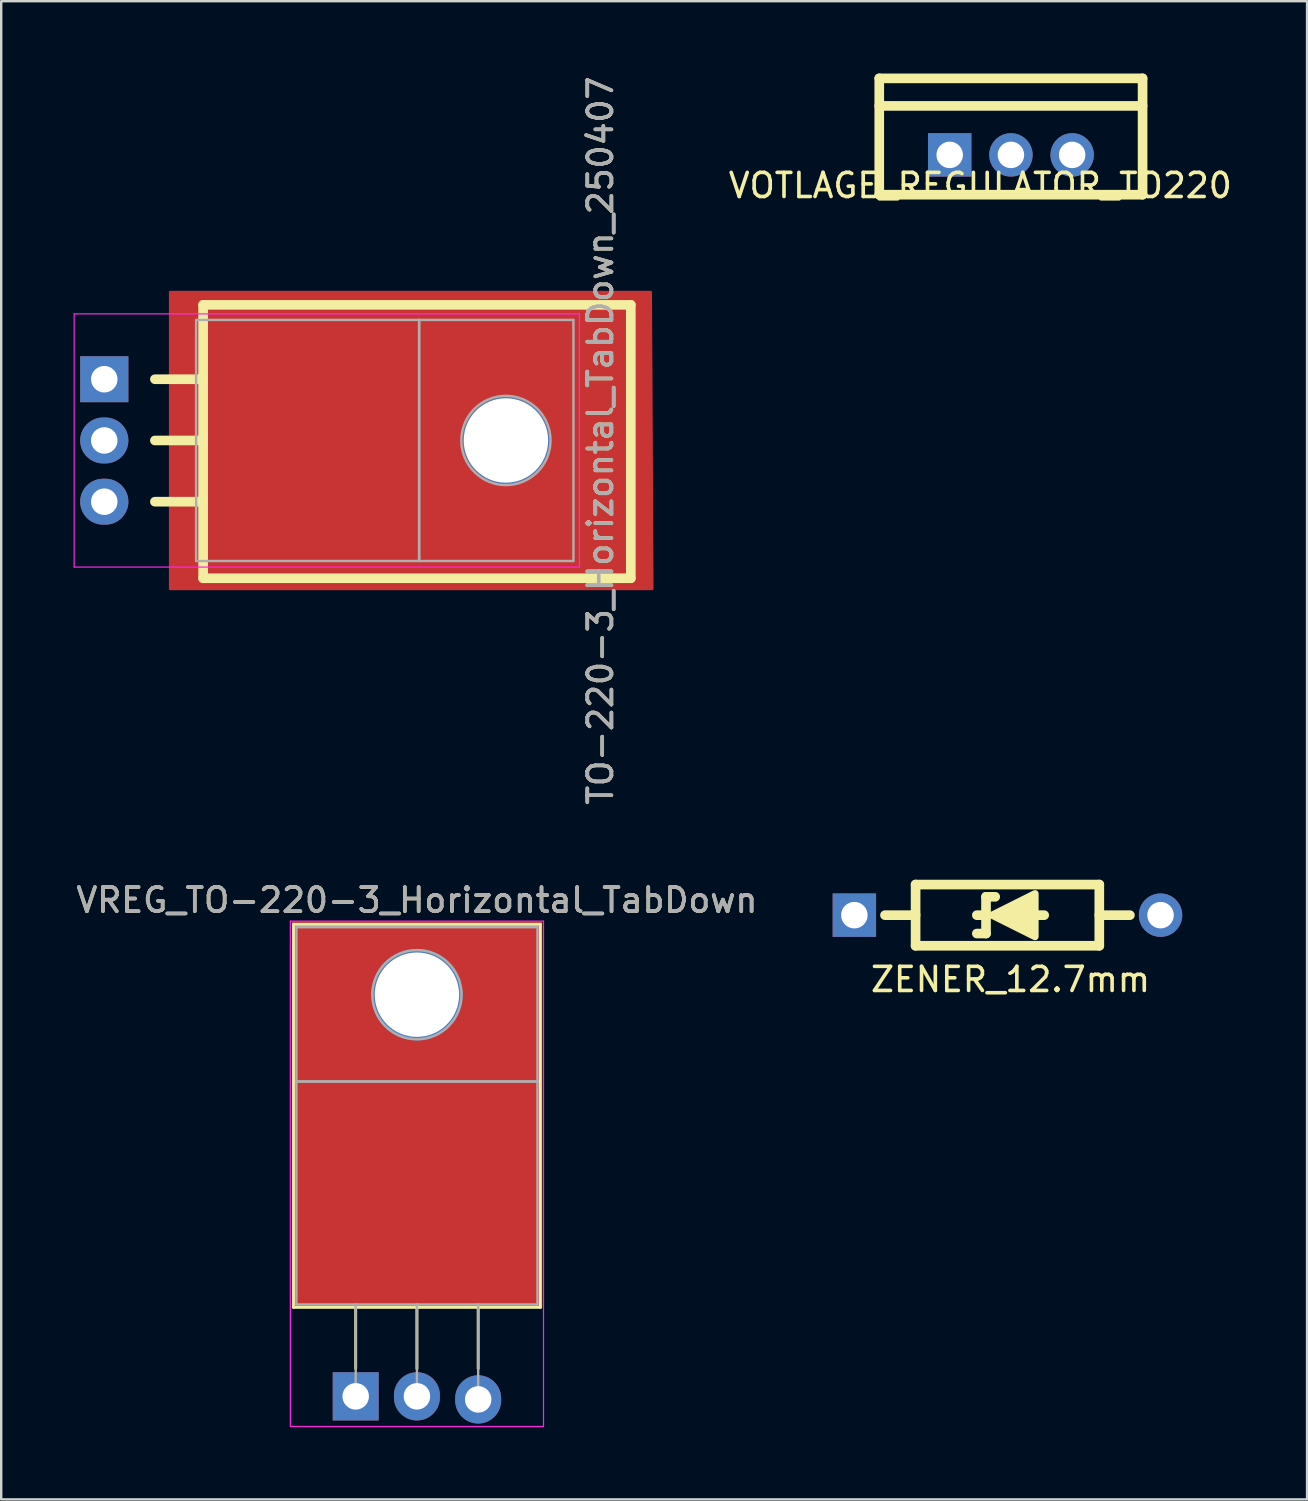
<source format=kicad_pcb>
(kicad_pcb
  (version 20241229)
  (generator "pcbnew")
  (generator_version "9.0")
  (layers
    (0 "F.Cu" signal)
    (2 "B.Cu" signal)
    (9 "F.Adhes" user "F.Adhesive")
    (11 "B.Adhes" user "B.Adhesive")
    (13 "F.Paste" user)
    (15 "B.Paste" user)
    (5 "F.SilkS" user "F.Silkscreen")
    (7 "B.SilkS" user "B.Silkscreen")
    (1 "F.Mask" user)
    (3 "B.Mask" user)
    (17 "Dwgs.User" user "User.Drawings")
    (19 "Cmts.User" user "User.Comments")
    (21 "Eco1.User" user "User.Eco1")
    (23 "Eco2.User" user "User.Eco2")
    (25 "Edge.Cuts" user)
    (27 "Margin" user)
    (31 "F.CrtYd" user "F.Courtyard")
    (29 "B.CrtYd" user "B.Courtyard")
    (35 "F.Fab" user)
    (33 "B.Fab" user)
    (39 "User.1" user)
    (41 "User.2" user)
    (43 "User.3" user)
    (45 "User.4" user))
  (footprint "VOTLAGE_REGULATOR_TO220"
    (layer "F.Cu")
    (at 36.342 3.375)
    (property "Reference" "VOTLAGE_REGULATOR_TO220" (at 1.27 1.27 180) (layer "F.SilkS") (effects (font (size 1 1) (thickness 0.15))))
    (attr through_hole)
    (fp_line (start -2.921 -3.175) (end -2.921 1.651) (stroke (width 0.4) (type solid)) (layer "F.SilkS"))
    (fp_line (start -2.921 1.651) (end 8.001 1.651) (stroke (width 0.4) (type solid)) (layer "F.SilkS"))
    (fp_line (start 8.001 -3.175) (end -2.921 -3.175) (stroke (width 0.4) (type solid)) (layer "F.SilkS"))
    (fp_line (start 8.001 -2.032) (end -2.921 -2.032) (stroke (width 0.4) (type solid)) (layer "F.SilkS"))
    (fp_line (start 8.001 1.651) (end 8.001 -3.175) (stroke (width 0.4) (type solid)) (layer "F.SilkS"))
    (pad "1" thru_hole rect (at 0 0 90) (size 1.8 1.8) (drill 1.1) (layers "*.Cu" "*.Mask"))
    (pad "2" thru_hole circle (at 5.08 0 90) (size 1.8 1.8) (drill 1.1) (layers "*.Cu" "*.Mask"))
    (pad "3" thru_hole circle (at 2.54 0 90) (size 1.8 1.8) (drill 1.1) (layers "*.Cu" "*.Mask")))
  (footprint "VREG_TO-220-3_Horizontal_TabDown"
    (layer "F.Cu")
    (at 11.704 54.869)
    (property "Reference" "VREG_TO-220-3_Horizontal_TabDown" (at 2.54 -20.58 0) (layer "F.SilkS") (effects (font (size 1 1) (thickness 0.15))))
    (attr through_hole)
    (fp_poly (pts (xy 7.747 -3.747) (xy -2.667 -3.747) (xy -2.667 -19.622) (xy 7.747 -19.622)) (stroke (width 0.1) (type solid)) (fill yes) (layer "F.Mask"))
    (fp_line (start -2.58 -19.58) (end -2.58 -3.69) (stroke (width 0.12) (type solid)) (layer "F.SilkS"))
    (fp_line (start -2.58 -19.58) (end 7.66 -19.58) (stroke (width 0.12) (type solid)) (layer "F.SilkS"))
    (fp_line (start -2.58 -3.69) (end 7.66 -3.69) (stroke (width 0.12) (type solid)) (layer "F.SilkS"))
    (fp_line (start 0 -3.69) (end 0 -1.15) (stroke (width 0.12) (type solid)) (layer "F.SilkS"))
    (fp_line (start 2.54 -3.69) (end 2.54 -1.15) (stroke (width 0.12) (type solid)) (layer "F.SilkS"))
    (fp_line (start 5.08 -3.69) (end 5.08 -1.15) (stroke (width 0.12) (type solid)) (layer "F.SilkS"))
    (fp_line (start 7.66 -19.58) (end 7.66 -3.69) (stroke (width 0.12) (type solid)) (layer "F.SilkS"))
    (fp_line (start -2.71 -19.71) (end -2.71 1.25) (stroke (width 0.05) (type solid)) (layer "F.CrtYd"))
    (fp_line (start -2.71 1.25) (end 7.79 1.25) (stroke (width 0.05) (type solid)) (layer "F.CrtYd"))
    (fp_line (start 7.79 -19.71) (end -2.71 -19.71) (stroke (width 0.05) (type solid)) (layer "F.CrtYd"))
    (fp_line (start 7.79 1.25) (end 7.79 -19.71) (stroke (width 0.05) (type solid)) (layer "F.CrtYd"))
    (fp_line (start -2.46 -19.46) (end 7.54 -19.46) (stroke (width 0.1) (type solid)) (layer "F.Fab"))
    (fp_line (start -2.46 -13.06) (end -2.46 -19.46) (stroke (width 0.1) (type solid)) (layer "F.Fab"))
    (fp_line (start -2.46 -13.06) (end 7.54 -13.06) (stroke (width 0.1) (type solid)) (layer "F.Fab"))
    (fp_line (start -2.46 -3.81) (end -2.46 -13.06) (stroke (width 0.1) (type solid)) (layer "F.Fab"))
    (fp_line (start 0 -3.81) (end 0 0) (stroke (width 0.1) (type solid)) (layer "F.Fab"))
    (fp_line (start 2.54 -3.81) (end 2.54 0) (stroke (width 0.1) (type solid)) (layer "F.Fab"))
    (fp_line (start 5.08 -3.81) (end 5.08 0) (stroke (width 0.1) (type solid)) (layer "F.Fab"))
    (fp_line (start 7.54 -19.46) (end 7.54 -13.06) (stroke (width 0.1) (type solid)) (layer "F.Fab"))
    (fp_line (start 7.54 -13.06) (end -2.46 -13.06) (stroke (width 0.1) (type solid)) (layer "F.Fab"))
    (fp_line (start 7.54 -13.06) (end 7.54 -3.81) (stroke (width 0.1) (type solid)) (layer "F.Fab"))
    (fp_line (start 7.54 -3.81) (end -2.46 -3.81) (stroke (width 0.1) (type solid)) (layer "F.Fab"))
    (fp_circle (center 2.54 -16.66) (end 4.39 -16.66) (stroke (width 0.1) (type solid)) (fill no) (layer "F.Fab"))
    (fp_text user "${REFERENCE}" (at 2.54 -20.58 0) (layer "F.Fab") (effects (font (size 1 1) (thickness 0.15))))
    (pad "1" thru_hole rect (at 0 0) (size 1.905 2) (drill 1.1) (layers "*.Cu" "*.Mask"))
    (pad "2" thru_hole oval (at 5.08 0.127) (size 1.905 2) (drill 1.1) (layers "*.Cu" "*.Mask"))
    (pad "3" thru_hole oval (at 2.54 -16.66) (size 3.8 3.8) (drill 3.5) (layers "*.Cu" "*.Mask"))
    (pad "3" smd rect (at 2.54 -11.684) (size 10.4 16) (layers "F.Cu" "F.Mask" "F.Paste"))
    (pad "3" thru_hole oval (at 2.54 0) (size 1.905 2) (drill 1.1) (layers "*.Cu" "*.Mask")))
  (footprint "TO-220-3_Horizontal_TabDown_250407"
    (layer "F.Cu")
    (at 1.275 12.68)
    (property "Reference" "TO-220-3_Horizontal_TabDown_250407" (at 20.58 2.54 270) (layer "F.SilkS") (effects (font (size 1 1) (thickness 0.15))))
    (attr through_hole)
    (fp_poly (pts (xy 22.733 8.7) (xy 2.731 8.7) (xy 2.731 -3.619) (xy 22.669 -3.619)) (stroke (width 0.1) (type solid)) (fill yes) (layer "F.Cu"))
    (fp_poly (pts (xy 22.733 8.7) (xy 2.731 8.7) (xy 2.731 -3.619) (xy 22.669 -3.619)) (stroke (width 0.1) (type solid)) (fill yes) (layer "F.Mask"))
    (fp_line (start 2.1 0) (end 4.1 0) (stroke (width 0.4) (type solid)) (layer "F.SilkS"))
    (fp_line (start 2.1 2.54) (end 4.1 2.54) (stroke (width 0.4) (type solid)) (layer "F.SilkS"))
    (fp_line (start 2.1 5.08) (end 4.1 5.08) (stroke (width 0.4) (type solid)) (layer "F.SilkS"))
    (fp_line (start 4.1 -3.085) (end 4.1 8.255) (stroke (width 0.4) (type solid)) (layer "F.SilkS"))
    (fp_line (start 4.1 -3.085) (end 21.84 -3.085) (stroke (width 0.4) (type solid)) (layer "F.SilkS"))
    (fp_line (start 4.1 8.255) (end 21.84 8.255) (stroke (width 0.4) (type solid)) (layer "F.SilkS"))
    (fp_line (start 21.84 -3.085) (end 21.84 8.255) (stroke (width 0.4) (type solid)) (layer "F.SilkS"))
    (fp_line (start -1.25 -2.71) (end -1.25 7.79) (stroke (width 0.05) (type solid)) (layer "F.CrtYd"))
    (fp_line (start -1.25 7.79) (end 19.71 7.79) (stroke (width 0.05) (type solid)) (layer "F.CrtYd"))
    (fp_line (start 19.71 -2.71) (end -1.25 -2.71) (stroke (width 0.05) (type solid)) (layer "F.CrtYd"))
    (fp_line (start 19.71 7.79) (end 19.71 -2.71) (stroke (width 0.05) (type solid)) (layer "F.CrtYd"))
    (fp_line (start 3.81 -2.46) (end 13.06 -2.46) (stroke (width 0.1) (type solid)) (layer "F.Fab"))
    (fp_line (start 3.81 7.54) (end 3.81 -2.46) (stroke (width 0.1) (type solid)) (layer "F.Fab"))
    (fp_line (start 13.06 -2.46) (end 13.06 7.54) (stroke (width 0.1) (type solid)) (layer "F.Fab"))
    (fp_line (start 13.06 -2.46) (end 19.46 -2.46) (stroke (width 0.1) (type solid)) (layer "F.Fab"))
    (fp_line (start 13.06 7.54) (end 3.81 7.54) (stroke (width 0.1) (type solid)) (layer "F.Fab"))
    (fp_line (start 13.06 7.54) (end 13.06 -2.46) (stroke (width 0.1) (type solid)) (layer "F.Fab"))
    (fp_line (start 19.46 -2.46) (end 19.46 7.54) (stroke (width 0.1) (type solid)) (layer "F.Fab"))
    (fp_line (start 19.46 7.54) (end 13.06 7.54) (stroke (width 0.1) (type solid)) (layer "F.Fab"))
    (fp_circle (center 16.66 2.54) (end 16.66 4.39) (stroke (width 0.1) (type solid)) (fill no) (layer "F.Fab"))
    (fp_text user "${REFERENCE}" (at 20.58 2.54 270) (layer "F.Fab") (effects (font (size 1 1) (thickness 0.15))))
    (pad "1" thru_hole rect (at 0 0 270) (size 1.905 2) (drill 1.1) (layers "*.Cu" "*.Mask"))
    (pad "2" thru_hole oval (at 0 2.54 270) (size 1.905 2) (drill 1.1) (layers "*.Cu" "*.Mask"))
    (pad "2" thru_hole oval (at 16.66 2.54 270) (size 3.6 3.6) (drill 3.5) (layers "*.Cu" "*.Mask"))
    (pad "3" thru_hole oval (at 0 5.08 270) (size 1.905 2) (drill 1.1) (layers "*.Cu" "*.Mask")))
  (footprint "ZENER_12.7mm"
    (layer "F.Cu")
    (at 32.388 34.91)
    (property "Reference" "ZENER_12.7mm" (at 6.477 2.667 0) (layer "F.SilkS") (effects (font (size 1 1) (thickness 0.15))))
    (attr through_hole)
    (fp_line (start 2.54 -1.27) (end 10.16 -1.27) (stroke (width 0.4) (type solid)) (layer "F.SilkS"))
    (fp_line (start 2.54 0) (end 1.27 0) (stroke (width 0.4) (type solid)) (layer "F.SilkS"))
    (fp_line (start 2.54 1.27) (end 2.54 -1.27) (stroke (width 0.4) (type solid)) (layer "F.SilkS"))
    (fp_line (start 2.54 1.27) (end 10.16 1.27) (stroke (width 0.4) (type solid)) (layer "F.SilkS"))
    (fp_line (start 5.461 -0.762) (end 5.842 -0.762) (stroke (width 0.4) (type solid)) (layer "F.SilkS"))
    (fp_line (start 5.461 0) (end 5.08 0) (stroke (width 0.4) (type solid)) (layer "F.SilkS"))
    (fp_line (start 5.461 0) (end 5.461 -0.762) (stroke (width 0.4) (type solid)) (layer "F.SilkS"))
    (fp_line (start 5.461 0) (end 5.461 0.762) (stroke (width 0.4) (type solid)) (layer "F.SilkS"))
    (fp_line (start 5.461 0.762) (end 5.08 0.762) (stroke (width 0.4) (type solid)) (layer "F.SilkS"))
    (fp_line (start 7.874 0) (end 7.366 0) (stroke (width 0.4) (type solid)) (layer "F.SilkS"))
    (fp_line (start 10.16 1.27) (end 10.16 -1.27) (stroke (width 0.4) (type solid)) (layer "F.SilkS"))
    (fp_line (start 11.43 0) (end 10.16 0) (stroke (width 0.4) (type solid)) (layer "F.SilkS"))
    (fp_poly (pts (xy 7.493 0.889) (xy 5.715 0) (xy 7.493 -0.889)) (stroke (width 0.3) (type solid)) (fill yes) (layer "F.SilkS"))
    (pad "1" thru_hole rect (at 0 0) (size 1.8 1.8) (drill 1.1) (layers "*.Cu" "*.Mask"))
    (pad "2" thru_hole circle (at 12.7 0) (size 1.8 1.8) (drill 1.1) (layers "*.Cu" "*.Mask")))
  (gr_rect
    (start -3 -3)
    (end 51.165 59.144)
    (stroke (width 0.1) (type default))
    (fill no)
    (layer "Edge.Cuts")))
</source>
